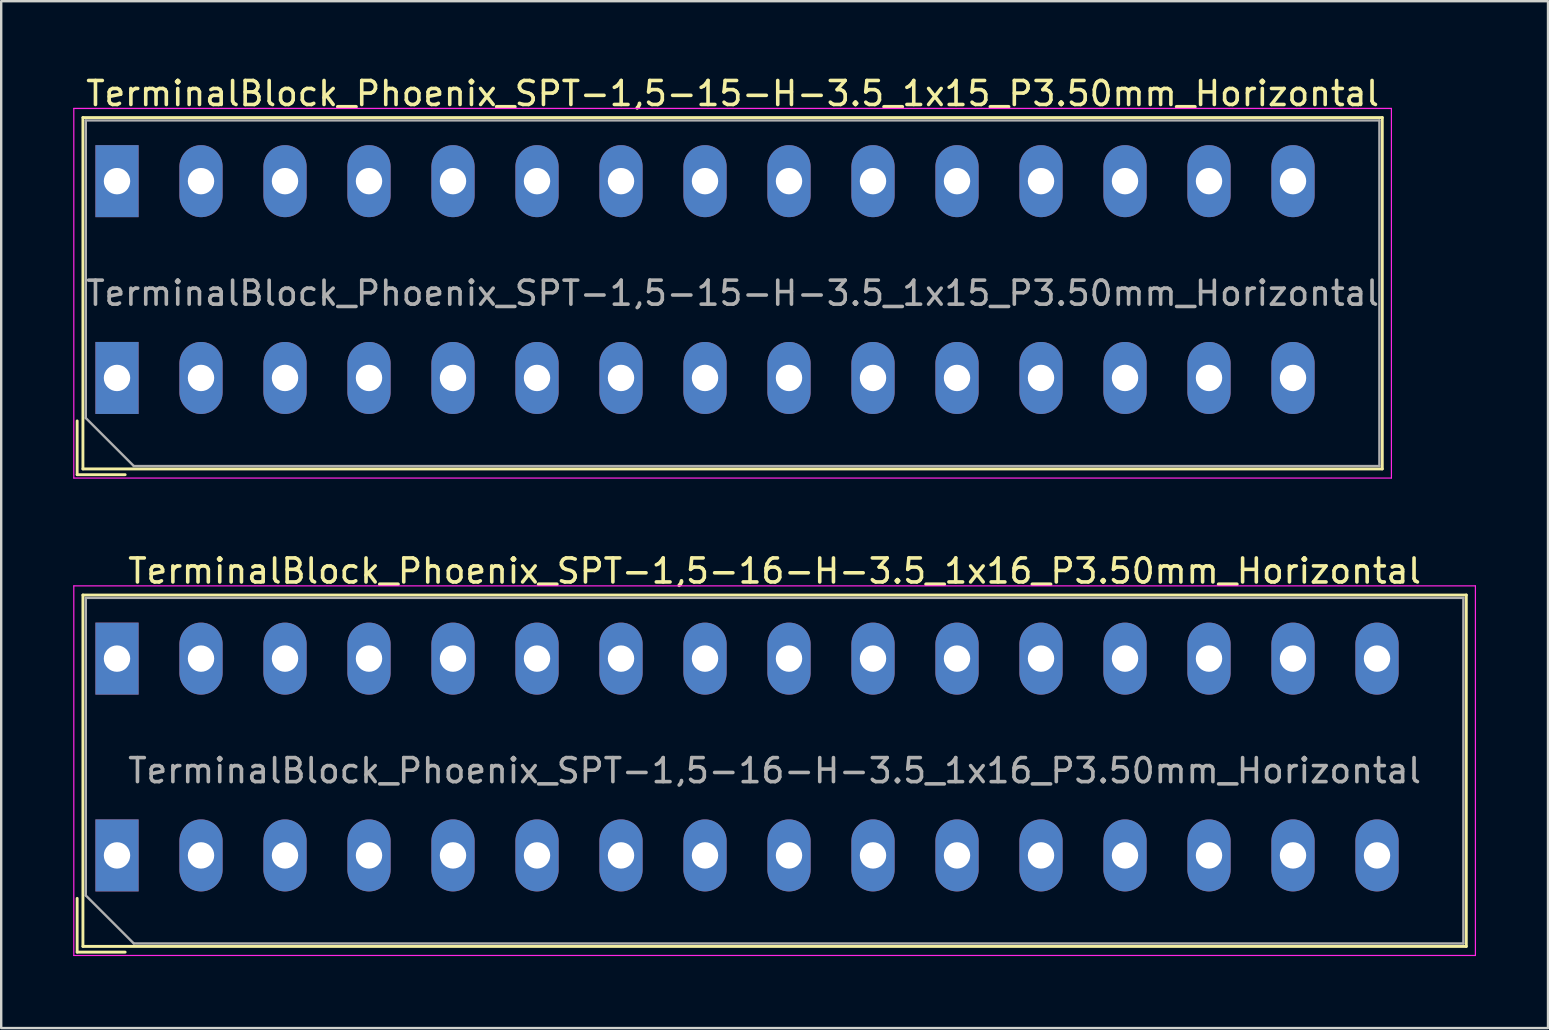
<source format=kicad_pcb>
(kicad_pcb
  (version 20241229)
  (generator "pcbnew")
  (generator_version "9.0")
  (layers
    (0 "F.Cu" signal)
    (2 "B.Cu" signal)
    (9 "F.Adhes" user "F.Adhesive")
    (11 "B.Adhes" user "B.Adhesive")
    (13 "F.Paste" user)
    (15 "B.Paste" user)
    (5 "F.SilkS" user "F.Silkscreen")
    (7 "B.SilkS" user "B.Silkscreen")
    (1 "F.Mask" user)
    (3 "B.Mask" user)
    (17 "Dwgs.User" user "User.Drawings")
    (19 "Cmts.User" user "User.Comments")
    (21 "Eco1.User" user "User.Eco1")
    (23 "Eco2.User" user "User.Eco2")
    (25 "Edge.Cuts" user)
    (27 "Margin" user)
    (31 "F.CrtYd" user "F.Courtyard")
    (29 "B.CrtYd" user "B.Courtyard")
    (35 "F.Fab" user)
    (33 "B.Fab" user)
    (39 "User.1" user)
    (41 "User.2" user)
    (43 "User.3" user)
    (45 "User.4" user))
  (footprint "TerminalBlock_Phoenix_SPT-1,5-16-H-3.5_1x16_P3.50mm_Horizontal"
    (layer "F.Cu")
    (at 1.825 32.592)
    (property "Reference" "TerminalBlock_Phoenix_SPT-1,5-16-H-3.5_1x16_P3.50mm_Horizontal" (at 27.4 -11.85 0) (layer "F.SilkS") (effects (font (size 1 1) (thickness 0.15))))
    (attr through_hole)
    (fp_line (start -1.66 1.79) (end -1.66 4.03) (stroke (width 0.12) (type solid)) (layer "F.SilkS"))
    (fp_line (start -1.66 4.03) (end 0.34 4.03) (stroke (width 0.12) (type solid)) (layer "F.SilkS"))
    (fp_line (start -1.42 -10.85) (end -1.42 3.791) (stroke (width 0.12) (type solid)) (layer "F.SilkS"))
    (fp_line (start -1.42 -10.85) (end 56.22 -10.85) (stroke (width 0.12) (type solid)) (layer "F.SilkS"))
    (fp_line (start -1.42 3.791) (end 56.22 3.791) (stroke (width 0.12) (type solid)) (layer "F.SilkS"))
    (fp_line (start 56.22 -10.85) (end 56.22 3.791) (stroke (width 0.12) (type solid)) (layer "F.SilkS"))
    (fp_line (start -1.8 -11.23) (end -1.8 4.17) (stroke (width 0.05) (type solid)) (layer "F.CrtYd"))
    (fp_line (start -1.8 4.17) (end 56.6 4.17) (stroke (width 0.05) (type solid)) (layer "F.CrtYd"))
    (fp_line (start 56.6 -11.23) (end -1.8 -11.23) (stroke (width 0.05) (type solid)) (layer "F.CrtYd"))
    (fp_line (start 56.6 4.17) (end 56.6 -11.23) (stroke (width 0.05) (type solid)) (layer "F.CrtYd"))
    (fp_line (start -1.3 -10.73) (end 56.1 -10.73) (stroke (width 0.1) (type solid)) (layer "F.Fab"))
    (fp_line (start -1.3 1.67) (end -1.3 -10.73) (stroke (width 0.1) (type solid)) (layer "F.Fab"))
    (fp_line (start 0.7 3.67) (end -1.3 1.67) (stroke (width 0.1) (type solid)) (layer "F.Fab"))
    (fp_line (start 56.1 -10.73) (end 56.1 3.67) (stroke (width 0.1) (type solid)) (layer "F.Fab"))
    (fp_line (start 56.1 3.67) (end 0.7 3.67) (stroke (width 0.1) (type solid)) (layer "F.Fab"))
    (fp_text user "${REFERENCE}" (at 27.4 -3.53 0) (layer "F.Fab") (effects (font (size 1 1) (thickness 0.15))))
    (pad "1" thru_hole rect (at 0 -8.2) (size 1.8 3) (drill 1.1) (layers "*.Cu" "*.Mask"))
    (pad "1" thru_hole rect (at 0 0) (size 1.8 3) (drill 1.1) (layers "*.Cu" "*.Mask"))
    (pad "2" thru_hole oval (at 3.5 -8.2) (size 1.8 3) (drill 1.1) (layers "*.Cu" "*.Mask"))
    (pad "2" thru_hole oval (at 3.5 0) (size 1.8 3) (drill 1.1) (layers "*.Cu" "*.Mask"))
    (pad "3" thru_hole oval (at 7 -8.2) (size 1.8 3) (drill 1.1) (layers "*.Cu" "*.Mask"))
    (pad "3" thru_hole oval (at 7 0) (size 1.8 3) (drill 1.1) (layers "*.Cu" "*.Mask"))
    (pad "4" thru_hole oval (at 10.5 -8.2) (size 1.8 3) (drill 1.1) (layers "*.Cu" "*.Mask"))
    (pad "4" thru_hole oval (at 10.5 0) (size 1.8 3) (drill 1.1) (layers "*.Cu" "*.Mask"))
    (pad "5" thru_hole oval (at 14 -8.2) (size 1.8 3) (drill 1.1) (layers "*.Cu" "*.Mask"))
    (pad "5" thru_hole oval (at 14 0) (size 1.8 3) (drill 1.1) (layers "*.Cu" "*.Mask"))
    (pad "6" thru_hole oval (at 17.5 -8.2) (size 1.8 3) (drill 1.1) (layers "*.Cu" "*.Mask"))
    (pad "6" thru_hole oval (at 17.5 0) (size 1.8 3) (drill 1.1) (layers "*.Cu" "*.Mask"))
    (pad "7" thru_hole oval (at 21 -8.2) (size 1.8 3) (drill 1.1) (layers "*.Cu" "*.Mask"))
    (pad "7" thru_hole oval (at 21 0) (size 1.8 3) (drill 1.1) (layers "*.Cu" "*.Mask"))
    (pad "8" thru_hole oval (at 24.5 -8.2) (size 1.8 3) (drill 1.1) (layers "*.Cu" "*.Mask"))
    (pad "8" thru_hole oval (at 24.5 0) (size 1.8 3) (drill 1.1) (layers "*.Cu" "*.Mask"))
    (pad "9" thru_hole oval (at 28 -8.2) (size 1.8 3) (drill 1.1) (layers "*.Cu" "*.Mask"))
    (pad "9" thru_hole oval (at 28 0) (size 1.8 3) (drill 1.1) (layers "*.Cu" "*.Mask"))
    (pad "10" thru_hole oval (at 31.5 -8.2) (size 1.8 3) (drill 1.1) (layers "*.Cu" "*.Mask"))
    (pad "10" thru_hole oval (at 31.5 0) (size 1.8 3) (drill 1.1) (layers "*.Cu" "*.Mask"))
    (pad "11" thru_hole oval (at 35 -8.2) (size 1.8 3) (drill 1.1) (layers "*.Cu" "*.Mask"))
    (pad "11" thru_hole oval (at 35 0) (size 1.8 3) (drill 1.1) (layers "*.Cu" "*.Mask"))
    (pad "12" thru_hole oval (at 38.5 -8.2) (size 1.8 3) (drill 1.1) (layers "*.Cu" "*.Mask"))
    (pad "12" thru_hole oval (at 38.5 0) (size 1.8 3) (drill 1.1) (layers "*.Cu" "*.Mask"))
    (pad "13" thru_hole oval (at 42 -8.2) (size 1.8 3) (drill 1.1) (layers "*.Cu" "*.Mask"))
    (pad "13" thru_hole oval (at 42 0) (size 1.8 3) (drill 1.1) (layers "*.Cu" "*.Mask"))
    (pad "14" thru_hole oval (at 45.5 -8.2) (size 1.8 3) (drill 1.1) (layers "*.Cu" "*.Mask"))
    (pad "14" thru_hole oval (at 45.5 0) (size 1.8 3) (drill 1.1) (layers "*.Cu" "*.Mask"))
    (pad "15" thru_hole oval (at 49 -8.2) (size 1.8 3) (drill 1.1) (layers "*.Cu" "*.Mask"))
    (pad "15" thru_hole oval (at 49 0) (size 1.8 3) (drill 1.1) (layers "*.Cu" "*.Mask"))
    (pad "16" thru_hole oval (at 52.5 -8.2) (size 1.8 3) (drill 1.1) (layers "*.Cu" "*.Mask"))
    (pad "16" thru_hole oval (at 52.5 0) (size 1.8 3) (drill 1.1) (layers "*.Cu" "*.Mask")))
  (footprint "TerminalBlock_Phoenix_SPT-1,5-15-H-3.5_1x15_P3.50mm_Horizontal"
    (layer "F.Cu")
    (at 1.825 12.698)
    (property "Reference" "TerminalBlock_Phoenix_SPT-1,5-15-H-3.5_1x15_P3.50mm_Horizontal" (at 25.65 -11.85 0) (layer "F.SilkS") (effects (font (size 1 1) (thickness 0.15))))
    (attr through_hole)
    (fp_line (start -1.66 1.79) (end -1.66 4.03) (stroke (width 0.12) (type solid)) (layer "F.SilkS"))
    (fp_line (start -1.66 4.03) (end 0.34 4.03) (stroke (width 0.12) (type solid)) (layer "F.SilkS"))
    (fp_line (start -1.42 -10.85) (end -1.42 3.791) (stroke (width 0.12) (type solid)) (layer "F.SilkS"))
    (fp_line (start -1.42 -10.85) (end 52.72 -10.85) (stroke (width 0.12) (type solid)) (layer "F.SilkS"))
    (fp_line (start -1.42 3.791) (end 52.72 3.791) (stroke (width 0.12) (type solid)) (layer "F.SilkS"))
    (fp_line (start 52.72 -10.85) (end 52.72 3.791) (stroke (width 0.12) (type solid)) (layer "F.SilkS"))
    (fp_line (start -1.8 -11.23) (end -1.8 4.17) (stroke (width 0.05) (type solid)) (layer "F.CrtYd"))
    (fp_line (start -1.8 4.17) (end 53.1 4.17) (stroke (width 0.05) (type solid)) (layer "F.CrtYd"))
    (fp_line (start 53.1 -11.23) (end -1.8 -11.23) (stroke (width 0.05) (type solid)) (layer "F.CrtYd"))
    (fp_line (start 53.1 4.17) (end 53.1 -11.23) (stroke (width 0.05) (type solid)) (layer "F.CrtYd"))
    (fp_line (start -1.3 -10.73) (end 52.6 -10.73) (stroke (width 0.1) (type solid)) (layer "F.Fab"))
    (fp_line (start -1.3 1.67) (end -1.3 -10.73) (stroke (width 0.1) (type solid)) (layer "F.Fab"))
    (fp_line (start 0.7 3.67) (end -1.3 1.67) (stroke (width 0.1) (type solid)) (layer "F.Fab"))
    (fp_line (start 52.6 -10.73) (end 52.6 3.67) (stroke (width 0.1) (type solid)) (layer "F.Fab"))
    (fp_line (start 52.6 3.67) (end 0.7 3.67) (stroke (width 0.1) (type solid)) (layer "F.Fab"))
    (fp_text user "${REFERENCE}" (at 25.65 -3.53 0) (layer "F.Fab") (effects (font (size 1 1) (thickness 0.15))))
    (pad "1" thru_hole rect (at 0 -8.2) (size 1.8 3) (drill 1.1) (layers "*.Cu" "*.Mask"))
    (pad "1" thru_hole rect (at 0 0) (size 1.8 3) (drill 1.1) (layers "*.Cu" "*.Mask"))
    (pad "2" thru_hole oval (at 3.5 -8.2) (size 1.8 3) (drill 1.1) (layers "*.Cu" "*.Mask"))
    (pad "2" thru_hole oval (at 3.5 0) (size 1.8 3) (drill 1.1) (layers "*.Cu" "*.Mask"))
    (pad "3" thru_hole oval (at 7 -8.2) (size 1.8 3) (drill 1.1) (layers "*.Cu" "*.Mask"))
    (pad "3" thru_hole oval (at 7 0) (size 1.8 3) (drill 1.1) (layers "*.Cu" "*.Mask"))
    (pad "4" thru_hole oval (at 10.5 -8.2) (size 1.8 3) (drill 1.1) (layers "*.Cu" "*.Mask"))
    (pad "4" thru_hole oval (at 10.5 0) (size 1.8 3) (drill 1.1) (layers "*.Cu" "*.Mask"))
    (pad "5" thru_hole oval (at 14 -8.2) (size 1.8 3) (drill 1.1) (layers "*.Cu" "*.Mask"))
    (pad "5" thru_hole oval (at 14 0) (size 1.8 3) (drill 1.1) (layers "*.Cu" "*.Mask"))
    (pad "6" thru_hole oval (at 17.5 -8.2) (size 1.8 3) (drill 1.1) (layers "*.Cu" "*.Mask"))
    (pad "6" thru_hole oval (at 17.5 0) (size 1.8 3) (drill 1.1) (layers "*.Cu" "*.Mask"))
    (pad "7" thru_hole oval (at 21 -8.2) (size 1.8 3) (drill 1.1) (layers "*.Cu" "*.Mask"))
    (pad "7" thru_hole oval (at 21 0) (size 1.8 3) (drill 1.1) (layers "*.Cu" "*.Mask"))
    (pad "8" thru_hole oval (at 24.5 -8.2) (size 1.8 3) (drill 1.1) (layers "*.Cu" "*.Mask"))
    (pad "8" thru_hole oval (at 24.5 0) (size 1.8 3) (drill 1.1) (layers "*.Cu" "*.Mask"))
    (pad "9" thru_hole oval (at 28 -8.2) (size 1.8 3) (drill 1.1) (layers "*.Cu" "*.Mask"))
    (pad "9" thru_hole oval (at 28 0) (size 1.8 3) (drill 1.1) (layers "*.Cu" "*.Mask"))
    (pad "10" thru_hole oval (at 31.5 -8.2) (size 1.8 3) (drill 1.1) (layers "*.Cu" "*.Mask"))
    (pad "10" thru_hole oval (at 31.5 0) (size 1.8 3) (drill 1.1) (layers "*.Cu" "*.Mask"))
    (pad "11" thru_hole oval (at 35 -8.2) (size 1.8 3) (drill 1.1) (layers "*.Cu" "*.Mask"))
    (pad "11" thru_hole oval (at 35 0) (size 1.8 3) (drill 1.1) (layers "*.Cu" "*.Mask"))
    (pad "12" thru_hole oval (at 38.5 -8.2) (size 1.8 3) (drill 1.1) (layers "*.Cu" "*.Mask"))
    (pad "12" thru_hole oval (at 38.5 0) (size 1.8 3) (drill 1.1) (layers "*.Cu" "*.Mask"))
    (pad "13" thru_hole oval (at 42 -8.2) (size 1.8 3) (drill 1.1) (layers "*.Cu" "*.Mask"))
    (pad "13" thru_hole oval (at 42 0) (size 1.8 3) (drill 1.1) (layers "*.Cu" "*.Mask"))
    (pad "14" thru_hole oval (at 45.5 -8.2) (size 1.8 3) (drill 1.1) (layers "*.Cu" "*.Mask"))
    (pad "14" thru_hole oval (at 45.5 0) (size 1.8 3) (drill 1.1) (layers "*.Cu" "*.Mask"))
    (pad "15" thru_hole oval (at 49 -8.2) (size 1.8 3) (drill 1.1) (layers "*.Cu" "*.Mask"))
    (pad "15" thru_hole oval (at 49 0) (size 1.8 3) (drill 1.1) (layers "*.Cu" "*.Mask")))
  (gr_rect
    (start -3 -3)
    (end 61.45 39.786)
    (stroke (width 0.1) (type default))
    (fill no)
    (layer "Edge.Cuts")))
</source>
